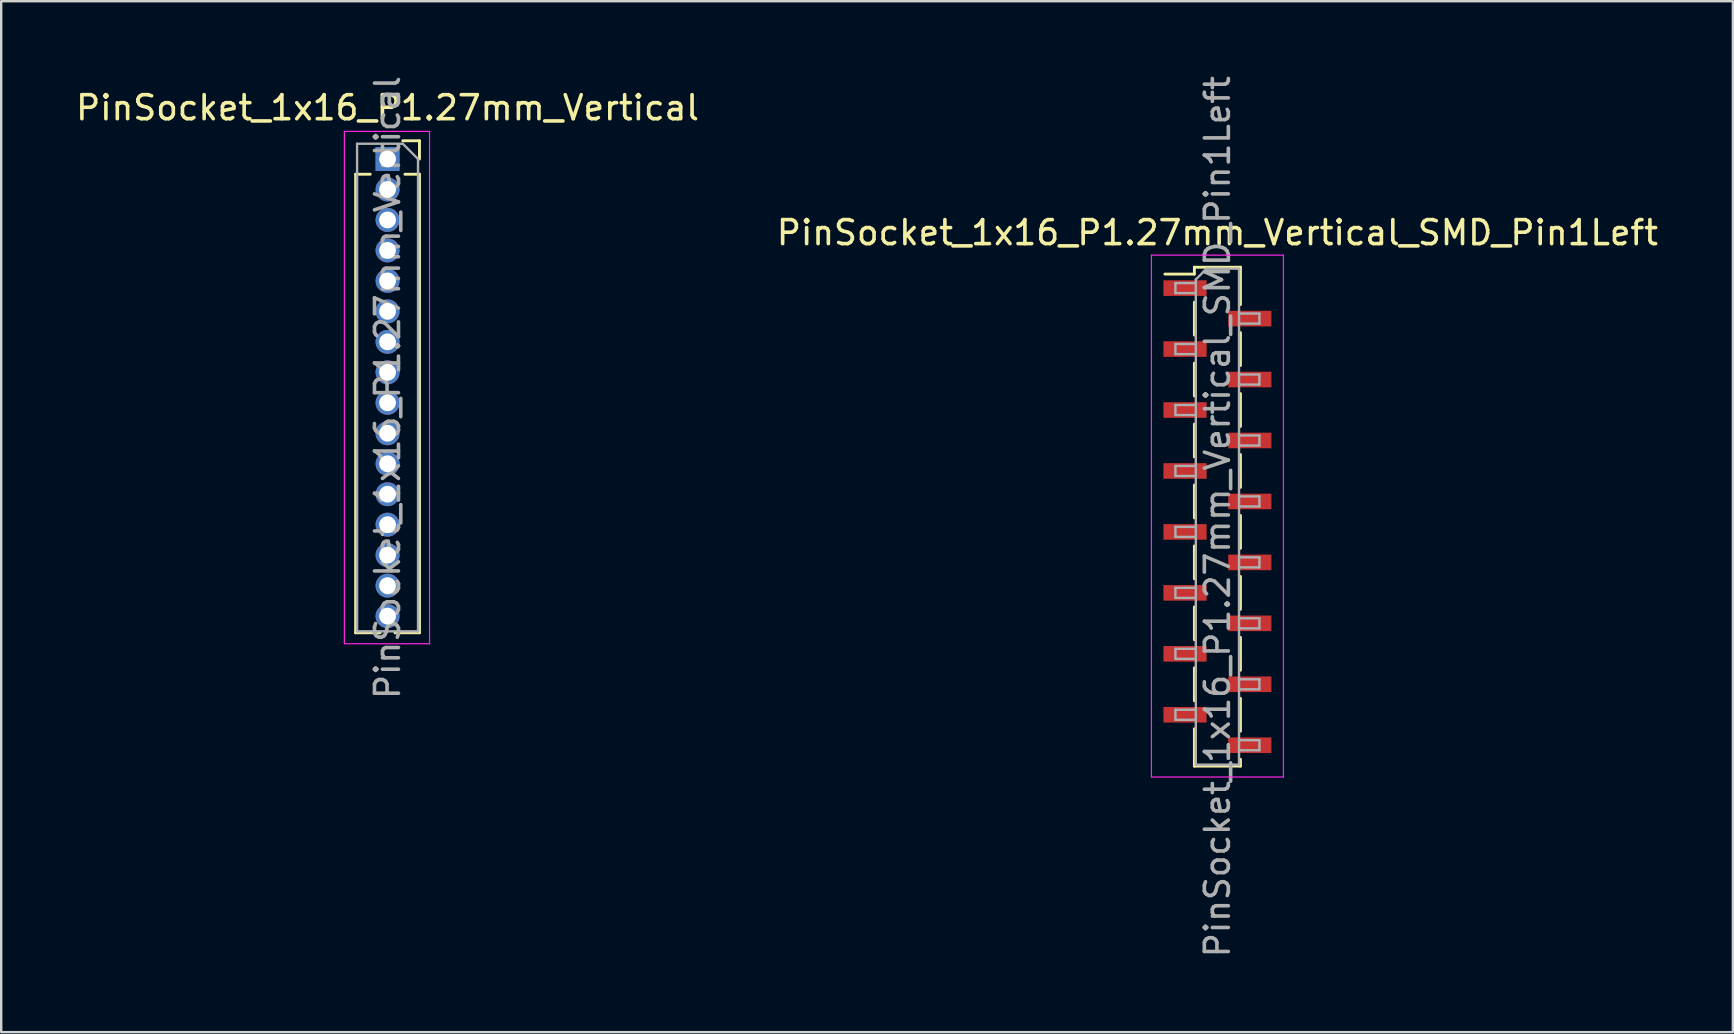
<source format=kicad_pcb>
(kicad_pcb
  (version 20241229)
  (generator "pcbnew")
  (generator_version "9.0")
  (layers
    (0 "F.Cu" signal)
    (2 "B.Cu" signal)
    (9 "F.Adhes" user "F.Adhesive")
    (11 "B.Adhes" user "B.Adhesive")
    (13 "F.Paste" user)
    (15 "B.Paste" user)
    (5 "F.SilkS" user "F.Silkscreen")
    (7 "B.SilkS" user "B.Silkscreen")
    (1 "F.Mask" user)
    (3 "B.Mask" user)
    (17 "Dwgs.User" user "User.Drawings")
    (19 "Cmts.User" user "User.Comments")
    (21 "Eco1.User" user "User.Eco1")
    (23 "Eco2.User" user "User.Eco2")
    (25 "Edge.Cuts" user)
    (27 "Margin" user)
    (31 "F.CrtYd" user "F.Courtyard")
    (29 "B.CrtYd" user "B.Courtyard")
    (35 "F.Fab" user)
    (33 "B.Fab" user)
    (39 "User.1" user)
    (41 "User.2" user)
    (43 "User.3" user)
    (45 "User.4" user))
  (footprint "PinSocket_1x16_P1.27mm_Vertical"
    (layer "F.Cu")
    (at 13.101 3.576)
    (property "Reference" "PinSocket_1x16_P1.27mm_Vertical" (at 0 -2.135 0) (layer "F.SilkS") (effects (font (size 1 1) (thickness 0.15))))
    (attr through_hole)
    (fp_line (start -1.33 0.635) (end -1.33 19.745) (stroke (width 0.12) (type solid)) (layer "F.SilkS"))
    (fp_line (start -1.33 0.635) (end -0.722 0.635) (stroke (width 0.12) (type solid)) (layer "F.SilkS"))
    (fp_line (start -1.33 19.745) (end -0.308 19.745) (stroke (width 0.12) (type solid)) (layer "F.SilkS"))
    (fp_line (start 0.308 19.745) (end 1.33 19.745) (stroke (width 0.12) (type solid)) (layer "F.SilkS"))
    (fp_line (start 0.635 -0.76) (end 1.33 -0.76) (stroke (width 0.12) (type solid)) (layer "F.SilkS"))
    (fp_line (start 0.722 0.635) (end 1.33 0.635) (stroke (width 0.12) (type solid)) (layer "F.SilkS"))
    (fp_line (start 1.33 -0.76) (end 1.33 0) (stroke (width 0.12) (type solid)) (layer "F.SilkS"))
    (fp_line (start 1.33 0.635) (end 1.33 19.745) (stroke (width 0.12) (type solid)) (layer "F.SilkS"))
    (fp_line (start -1.8 -1.15) (end 1.75 -1.15) (stroke (width 0.05) (type solid)) (layer "F.CrtYd"))
    (fp_line (start -1.8 20.2) (end -1.8 -1.15) (stroke (width 0.05) (type solid)) (layer "F.CrtYd"))
    (fp_line (start 1.75 -1.15) (end 1.75 20.2) (stroke (width 0.05) (type solid)) (layer "F.CrtYd"))
    (fp_line (start 1.75 20.2) (end -1.8 20.2) (stroke (width 0.05) (type solid)) (layer "F.CrtYd"))
    (fp_line (start -1.27 -0.635) (end 0.635 -0.635) (stroke (width 0.1) (type solid)) (layer "F.Fab"))
    (fp_line (start -1.27 19.685) (end -1.27 -0.635) (stroke (width 0.1) (type solid)) (layer "F.Fab"))
    (fp_line (start 0.635 -0.635) (end 1.27 0) (stroke (width 0.1) (type solid)) (layer "F.Fab"))
    (fp_line (start 1.27 0) (end 1.27 19.685) (stroke (width 0.1) (type solid)) (layer "F.Fab"))
    (fp_line (start 1.27 19.685) (end -1.27 19.685) (stroke (width 0.1) (type solid)) (layer "F.Fab"))
    (fp_text user "${REFERENCE}" (at 0 9.525 90) (layer "F.Fab") (effects (font (size 1 1) (thickness 0.15))))
    (pad "1" thru_hole rect (at 0 0) (size 1 1) (drill 0.7) (layers "*.Cu" "*.Mask"))
    (pad "2" thru_hole oval (at 0 1.27) (size 1 1) (drill 0.7) (layers "*.Cu" "*.Mask"))
    (pad "3" thru_hole oval (at 0 2.54) (size 1 1) (drill 0.7) (layers "*.Cu" "*.Mask"))
    (pad "4" thru_hole oval (at 0 3.81) (size 1 1) (drill 0.7) (layers "*.Cu" "*.Mask"))
    (pad "5" thru_hole oval (at 0 5.08) (size 1 1) (drill 0.7) (layers "*.Cu" "*.Mask"))
    (pad "6" thru_hole oval (at 0 6.35) (size 1 1) (drill 0.7) (layers "*.Cu" "*.Mask"))
    (pad "7" thru_hole oval (at 0 7.62) (size 1 1) (drill 0.7) (layers "*.Cu" "*.Mask"))
    (pad "8" thru_hole oval (at 0 8.89) (size 1 1) (drill 0.7) (layers "*.Cu" "*.Mask"))
    (pad "9" thru_hole oval (at 0 10.16) (size 1 1) (drill 0.7) (layers "*.Cu" "*.Mask"))
    (pad "10" thru_hole oval (at 0 11.43) (size 1 1) (drill 0.7) (layers "*.Cu" "*.Mask"))
    (pad "11" thru_hole oval (at 0 12.7) (size 1 1) (drill 0.7) (layers "*.Cu" "*.Mask"))
    (pad "12" thru_hole oval (at 0 13.97) (size 1 1) (drill 0.7) (layers "*.Cu" "*.Mask"))
    (pad "13" thru_hole oval (at 0 15.24) (size 1 1) (drill 0.7) (layers "*.Cu" "*.Mask"))
    (pad "14" thru_hole oval (at 0 16.51) (size 1 1) (drill 0.7) (layers "*.Cu" "*.Mask"))
    (pad "15" thru_hole oval (at 0 17.78) (size 1 1) (drill 0.7) (layers "*.Cu" "*.Mask"))
    (pad "16" thru_hole oval (at 0 19.05) (size 1 1) (drill 0.7) (layers "*.Cu" "*.Mask")))
  (footprint "PinSocket_1x16_P1.27mm_Vertical_SMD_Pin1Left"
    (layer "F.Cu")
    (at 47.685 18.482)
    (property "Reference" "PinSocket_1x16_P1.27mm_Vertical_SMD_Pin1Left" (at 0 -11.835 0) (layer "F.SilkS") (effects (font (size 1 1) (thickness 0.15))))
    (attr smd)
    (fp_line (start -2.19 -10.11) (end -0.96 -10.11) (stroke (width 0.12) (type solid)) (layer "F.SilkS"))
    (fp_line (start -0.96 -10.395) (end -0.96 -10.11) (stroke (width 0.12) (type solid)) (layer "F.SilkS"))
    (fp_line (start -0.96 -10.395) (end 0.96 -10.395) (stroke (width 0.12) (type solid)) (layer "F.SilkS"))
    (fp_line (start -0.96 -8.94) (end -0.96 -7.57) (stroke (width 0.12) (type solid)) (layer "F.SilkS"))
    (fp_line (start -0.96 -6.4) (end -0.96 -5.03) (stroke (width 0.12) (type solid)) (layer "F.SilkS"))
    (fp_line (start -0.96 -3.86) (end -0.96 -2.49) (stroke (width 0.12) (type solid)) (layer "F.SilkS"))
    (fp_line (start -0.96 -1.32) (end -0.96 0.05) (stroke (width 0.12) (type solid)) (layer "F.SilkS"))
    (fp_line (start -0.96 1.22) (end -0.96 2.59) (stroke (width 0.12) (type solid)) (layer "F.SilkS"))
    (fp_line (start -0.96 3.76) (end -0.96 5.13) (stroke (width 0.12) (type solid)) (layer "F.SilkS"))
    (fp_line (start -0.96 6.3) (end -0.96 7.67) (stroke (width 0.12) (type solid)) (layer "F.SilkS"))
    (fp_line (start -0.96 8.84) (end -0.96 10.395) (stroke (width 0.12) (type solid)) (layer "F.SilkS"))
    (fp_line (start -0.96 10.395) (end 0.96 10.395) (stroke (width 0.12) (type solid)) (layer "F.SilkS"))
    (fp_line (start 0.96 -10.395) (end 0.96 -8.84) (stroke (width 0.12) (type solid)) (layer "F.SilkS"))
    (fp_line (start 0.96 -7.67) (end 0.96 -6.3) (stroke (width 0.12) (type solid)) (layer "F.SilkS"))
    (fp_line (start 0.96 -5.13) (end 0.96 -3.76) (stroke (width 0.12) (type solid)) (layer "F.SilkS"))
    (fp_line (start 0.96 -2.59) (end 0.96 -1.22) (stroke (width 0.12) (type solid)) (layer "F.SilkS"))
    (fp_line (start 0.96 -0.05) (end 0.96 1.32) (stroke (width 0.12) (type solid)) (layer "F.SilkS"))
    (fp_line (start 0.96 2.49) (end 0.96 3.86) (stroke (width 0.12) (type solid)) (layer "F.SilkS"))
    (fp_line (start 0.96 5.03) (end 0.96 6.4) (stroke (width 0.12) (type solid)) (layer "F.SilkS"))
    (fp_line (start 0.96 7.57) (end 0.96 8.94) (stroke (width 0.12) (type solid)) (layer "F.SilkS"))
    (fp_line (start 0.96 10.11) (end 0.96 10.395) (stroke (width 0.12) (type solid)) (layer "F.SilkS"))
    (fp_line (start -2.75 -10.9) (end 2.75 -10.9) (stroke (width 0.05) (type solid)) (layer "F.CrtYd"))
    (fp_line (start -2.75 10.85) (end -2.75 -10.9) (stroke (width 0.05) (type solid)) (layer "F.CrtYd"))
    (fp_line (start 2.75 -10.9) (end 2.75 10.85) (stroke (width 0.05) (type solid)) (layer "F.CrtYd"))
    (fp_line (start 2.75 10.85) (end -2.75 10.85) (stroke (width 0.05) (type solid)) (layer "F.CrtYd"))
    (fp_line (start -1.75 -9.735) (end -0.9 -9.735) (stroke (width 0.1) (type solid)) (layer "F.Fab"))
    (fp_line (start -1.75 -9.315) (end -1.75 -9.735) (stroke (width 0.1) (type solid)) (layer "F.Fab"))
    (fp_line (start -1.75 -7.195) (end -0.9 -7.195) (stroke (width 0.1) (type solid)) (layer "F.Fab"))
    (fp_line (start -1.75 -6.775) (end -1.75 -7.195) (stroke (width 0.1) (type solid)) (layer "F.Fab"))
    (fp_line (start -1.75 -4.655) (end -0.9 -4.655) (stroke (width 0.1) (type solid)) (layer "F.Fab"))
    (fp_line (start -1.75 -4.235) (end -1.75 -4.655) (stroke (width 0.1) (type solid)) (layer "F.Fab"))
    (fp_line (start -1.75 -2.115) (end -0.9 -2.115) (stroke (width 0.1) (type solid)) (layer "F.Fab"))
    (fp_line (start -1.75 -1.695) (end -1.75 -2.115) (stroke (width 0.1) (type solid)) (layer "F.Fab"))
    (fp_line (start -1.75 0.425) (end -0.9 0.425) (stroke (width 0.1) (type solid)) (layer "F.Fab"))
    (fp_line (start -1.75 0.845) (end -1.75 0.425) (stroke (width 0.1) (type solid)) (layer "F.Fab"))
    (fp_line (start -1.75 2.965) (end -0.9 2.965) (stroke (width 0.1) (type solid)) (layer "F.Fab"))
    (fp_line (start -1.75 3.385) (end -1.75 2.965) (stroke (width 0.1) (type solid)) (layer "F.Fab"))
    (fp_line (start -1.75 5.505) (end -0.9 5.505) (stroke (width 0.1) (type solid)) (layer "F.Fab"))
    (fp_line (start -1.75 5.925) (end -1.75 5.505) (stroke (width 0.1) (type solid)) (layer "F.Fab"))
    (fp_line (start -1.75 8.045) (end -0.9 8.045) (stroke (width 0.1) (type solid)) (layer "F.Fab"))
    (fp_line (start -1.75 8.465) (end -1.75 8.045) (stroke (width 0.1) (type solid)) (layer "F.Fab"))
    (fp_line (start -0.9 -9.885) (end -0.45 -10.335) (stroke (width 0.1) (type solid)) (layer "F.Fab"))
    (fp_line (start -0.9 -9.315) (end -1.75 -9.315) (stroke (width 0.1) (type solid)) (layer "F.Fab"))
    (fp_line (start -0.9 -6.775) (end -1.75 -6.775) (stroke (width 0.1) (type solid)) (layer "F.Fab"))
    (fp_line (start -0.9 -4.235) (end -1.75 -4.235) (stroke (width 0.1) (type solid)) (layer "F.Fab"))
    (fp_line (start -0.9 -1.695) (end -1.75 -1.695) (stroke (width 0.1) (type solid)) (layer "F.Fab"))
    (fp_line (start -0.9 0.845) (end -1.75 0.845) (stroke (width 0.1) (type solid)) (layer "F.Fab"))
    (fp_line (start -0.9 3.385) (end -1.75 3.385) (stroke (width 0.1) (type solid)) (layer "F.Fab"))
    (fp_line (start -0.9 5.925) (end -1.75 5.925) (stroke (width 0.1) (type solid)) (layer "F.Fab"))
    (fp_line (start -0.9 8.465) (end -1.75 8.465) (stroke (width 0.1) (type solid)) (layer "F.Fab"))
    (fp_line (start -0.9 10.335) (end -0.9 -9.885) (stroke (width 0.1) (type solid)) (layer "F.Fab"))
    (fp_line (start -0.45 -10.335) (end 0.9 -10.335) (stroke (width 0.1) (type solid)) (layer "F.Fab"))
    (fp_line (start 0.9 -10.335) (end 0.9 10.335) (stroke (width 0.1) (type solid)) (layer "F.Fab"))
    (fp_line (start 0.9 -8.465) (end 1.75 -8.465) (stroke (width 0.1) (type solid)) (layer "F.Fab"))
    (fp_line (start 0.9 -5.925) (end 1.75 -5.925) (stroke (width 0.1) (type solid)) (layer "F.Fab"))
    (fp_line (start 0.9 -3.385) (end 1.75 -3.385) (stroke (width 0.1) (type solid)) (layer "F.Fab"))
    (fp_line (start 0.9 -0.845) (end 1.75 -0.845) (stroke (width 0.1) (type solid)) (layer "F.Fab"))
    (fp_line (start 0.9 1.695) (end 1.75 1.695) (stroke (width 0.1) (type solid)) (layer "F.Fab"))
    (fp_line (start 0.9 4.235) (end 1.75 4.235) (stroke (width 0.1) (type solid)) (layer "F.Fab"))
    (fp_line (start 0.9 6.775) (end 1.75 6.775) (stroke (width 0.1) (type solid)) (layer "F.Fab"))
    (fp_line (start 0.9 9.315) (end 1.75 9.315) (stroke (width 0.1) (type solid)) (layer "F.Fab"))
    (fp_line (start 0.9 10.335) (end -0.9 10.335) (stroke (width 0.1) (type solid)) (layer "F.Fab"))
    (fp_line (start 1.75 -8.465) (end 1.75 -8.045) (stroke (width 0.1) (type solid)) (layer "F.Fab"))
    (fp_line (start 1.75 -8.045) (end 0.9 -8.045) (stroke (width 0.1) (type solid)) (layer "F.Fab"))
    (fp_line (start 1.75 -5.925) (end 1.75 -5.505) (stroke (width 0.1) (type solid)) (layer "F.Fab"))
    (fp_line (start 1.75 -5.505) (end 0.9 -5.505) (stroke (width 0.1) (type solid)) (layer "F.Fab"))
    (fp_line (start 1.75 -3.385) (end 1.75 -2.965) (stroke (width 0.1) (type solid)) (layer "F.Fab"))
    (fp_line (start 1.75 -2.965) (end 0.9 -2.965) (stroke (width 0.1) (type solid)) (layer "F.Fab"))
    (fp_line (start 1.75 -0.845) (end 1.75 -0.425) (stroke (width 0.1) (type solid)) (layer "F.Fab"))
    (fp_line (start 1.75 -0.425) (end 0.9 -0.425) (stroke (width 0.1) (type solid)) (layer "F.Fab"))
    (fp_line (start 1.75 1.695) (end 1.75 2.115) (stroke (width 0.1) (type solid)) (layer "F.Fab"))
    (fp_line (start 1.75 2.115) (end 0.9 2.115) (stroke (width 0.1) (type solid)) (layer "F.Fab"))
    (fp_line (start 1.75 4.235) (end 1.75 4.655) (stroke (width 0.1) (type solid)) (layer "F.Fab"))
    (fp_line (start 1.75 4.655) (end 0.9 4.655) (stroke (width 0.1) (type solid)) (layer "F.Fab"))
    (fp_line (start 1.75 6.775) (end 1.75 7.195) (stroke (width 0.1) (type solid)) (layer "F.Fab"))
    (fp_line (start 1.75 7.195) (end 0.9 7.195) (stroke (width 0.1) (type solid)) (layer "F.Fab"))
    (fp_line (start 1.75 9.315) (end 1.75 9.735) (stroke (width 0.1) (type solid)) (layer "F.Fab"))
    (fp_line (start 1.75 9.735) (end 0.9 9.735) (stroke (width 0.1) (type solid)) (layer "F.Fab"))
    (fp_text user "${REFERENCE}" (at 0 0 90) (layer "F.Fab") (effects (font (size 1 1) (thickness 0.15))))
    (pad "1" smd rect (at -1.35 -9.525) (size 1.8 0.65) (layers "F.Cu" "F.Mask" "F.Paste"))
    (pad "2" smd rect (at 1.35 -8.255) (size 1.8 0.65) (layers "F.Cu" "F.Mask" "F.Paste"))
    (pad "3" smd rect (at -1.35 -6.985) (size 1.8 0.65) (layers "F.Cu" "F.Mask" "F.Paste"))
    (pad "4" smd rect (at 1.35 -5.715) (size 1.8 0.65) (layers "F.Cu" "F.Mask" "F.Paste"))
    (pad "5" smd rect (at -1.35 -4.445) (size 1.8 0.65) (layers "F.Cu" "F.Mask" "F.Paste"))
    (pad "6" smd rect (at 1.35 -3.175) (size 1.8 0.65) (layers "F.Cu" "F.Mask" "F.Paste"))
    (pad "7" smd rect (at -1.35 -1.905) (size 1.8 0.65) (layers "F.Cu" "F.Mask" "F.Paste"))
    (pad "8" smd rect (at 1.35 -0.635) (size 1.8 0.65) (layers "F.Cu" "F.Mask" "F.Paste"))
    (pad "9" smd rect (at -1.35 0.635) (size 1.8 0.65) (layers "F.Cu" "F.Mask" "F.Paste"))
    (pad "10" smd rect (at 1.35 1.905) (size 1.8 0.65) (layers "F.Cu" "F.Mask" "F.Paste"))
    (pad "11" smd rect (at -1.35 3.175) (size 1.8 0.65) (layers "F.Cu" "F.Mask" "F.Paste"))
    (pad "12" smd rect (at 1.35 4.445) (size 1.8 0.65) (layers "F.Cu" "F.Mask" "F.Paste"))
    (pad "13" smd rect (at -1.35 5.715) (size 1.8 0.65) (layers "F.Cu" "F.Mask" "F.Paste"))
    (pad "14" smd rect (at 1.35 6.985) (size 1.8 0.65) (layers "F.Cu" "F.Mask" "F.Paste"))
    (pad "15" smd rect (at -1.35 8.255) (size 1.8 0.65) (layers "F.Cu" "F.Mask" "F.Paste"))
    (pad "16" smd rect (at 1.35 9.525) (size 1.8 0.65) (layers "F.Cu" "F.Mask" "F.Paste")))
  (gr_rect
    (start -3 -3)
    (end 69.167 39.964)
    (stroke (width 0.1) (type default))
    (fill no)
    (layer "Edge.Cuts")))
</source>
